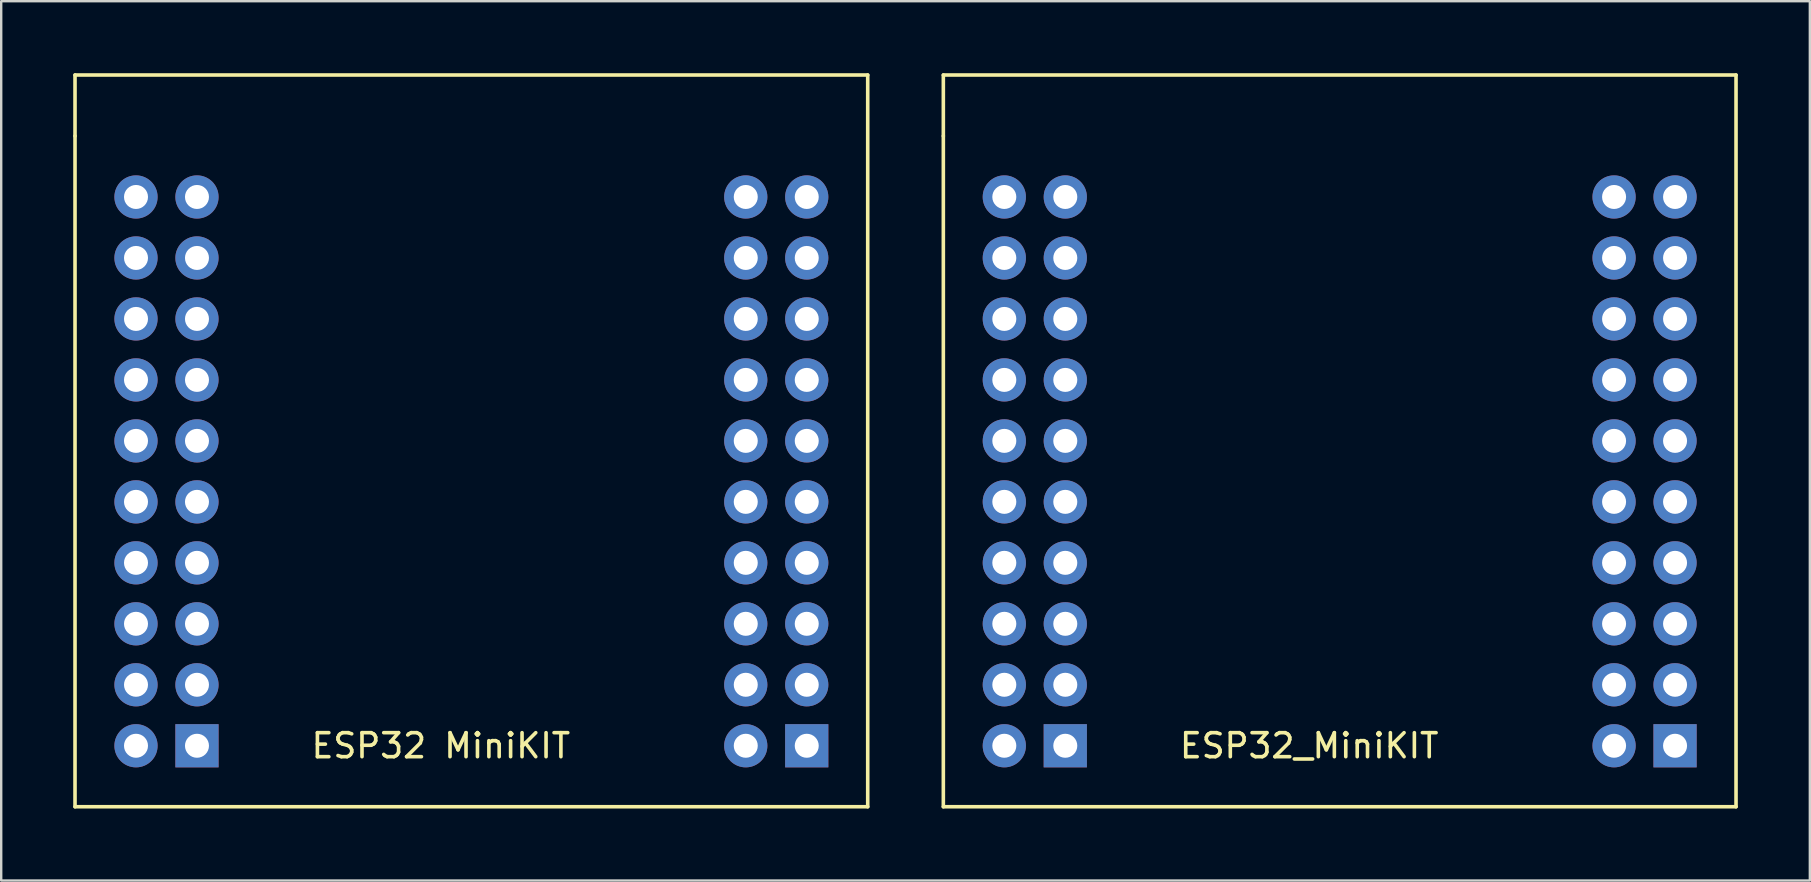
<source format=kicad_pcb>
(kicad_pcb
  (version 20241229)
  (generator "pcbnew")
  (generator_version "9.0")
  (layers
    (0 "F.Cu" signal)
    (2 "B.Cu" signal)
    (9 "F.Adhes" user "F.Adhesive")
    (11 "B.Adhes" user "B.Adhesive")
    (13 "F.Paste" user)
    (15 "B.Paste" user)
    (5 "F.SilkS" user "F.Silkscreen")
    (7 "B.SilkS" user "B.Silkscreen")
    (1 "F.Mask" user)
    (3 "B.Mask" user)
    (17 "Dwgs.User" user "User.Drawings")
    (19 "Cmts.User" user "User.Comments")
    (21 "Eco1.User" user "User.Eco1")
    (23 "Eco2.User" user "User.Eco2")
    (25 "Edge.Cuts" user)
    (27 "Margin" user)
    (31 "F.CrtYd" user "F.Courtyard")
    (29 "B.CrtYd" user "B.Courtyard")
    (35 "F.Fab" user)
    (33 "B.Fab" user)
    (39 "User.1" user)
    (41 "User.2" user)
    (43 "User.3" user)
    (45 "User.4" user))
  (footprint "ESP32 MiniKIT"
    (layer "F.Cu")
    (at 5.155 28.015)
    (property "Reference" "ESP32 MiniKIT" (at 10.16 0 0) (layer "F.SilkS") (effects (font (size 1 1) (thickness 0.15))))
    (attr through_hole)
    (fp_line (start -5.08 -27.94) (end -5.08 -25.4) (stroke (width 0.15) (type solid)) (layer "F.SilkS"))
    (fp_line (start -5.08 -25.4) (end -5.08 2.54) (stroke (width 0.15) (type solid)) (layer "F.SilkS"))
    (fp_line (start -5.08 2.54) (end 27.94 2.54) (stroke (width 0.15) (type solid)) (layer "F.SilkS"))
    (fp_line (start 27.94 -27.94) (end -5.08 -27.94) (stroke (width 0.15) (type solid)) (layer "F.SilkS"))
    (fp_line (start 27.94 2.54) (end 27.94 -27.94) (stroke (width 0.15) (type solid)) (layer "F.SilkS"))
    (pad "1" thru_hole rect (at 0 0) (size 1.8 1.8) (drill 1) (layers "*.Cu" "*.Mask"))
    (pad "2" thru_hole circle (at -2.54 0) (size 1.8 1.8) (drill 1) (layers "*.Cu" "*.Mask"))
    (pad "3" thru_hole circle (at 0 -2.54) (size 1.8 1.8) (drill 1) (layers "*.Cu" "*.Mask"))
    (pad "4" thru_hole circle (at -2.54 -2.54) (size 1.8 1.8) (drill 1) (layers "*.Cu" "*.Mask"))
    (pad "5" thru_hole circle (at 0 -5.08) (size 1.8 1.8) (drill 1) (layers "*.Cu" "*.Mask"))
    (pad "6" thru_hole circle (at -2.54 -5.08) (size 1.8 1.8) (drill 1) (layers "*.Cu" "*.Mask"))
    (pad "7" thru_hole circle (at 0 -7.62) (size 1.8 1.8) (drill 1) (layers "*.Cu" "*.Mask"))
    (pad "8" thru_hole circle (at -2.54 -7.62) (size 1.8 1.8) (drill 1) (layers "*.Cu" "*.Mask"))
    (pad "9" thru_hole circle (at 0 -10.16) (size 1.8 1.8) (drill 1) (layers "*.Cu" "*.Mask"))
    (pad "10" thru_hole circle (at -2.54 -10.16) (size 1.8 1.8) (drill 1) (layers "*.Cu" "*.Mask"))
    (pad "11" thru_hole circle (at 0 -12.7) (size 1.8 1.8) (drill 1) (layers "*.Cu" "*.Mask"))
    (pad "12" thru_hole circle (at -2.54 -12.7) (size 1.8 1.8) (drill 1) (layers "*.Cu" "*.Mask"))
    (pad "13" thru_hole circle (at 0 -15.24) (size 1.8 1.8) (drill 1) (layers "*.Cu" "*.Mask"))
    (pad "14" thru_hole circle (at -2.54 -15.24) (size 1.8 1.8) (drill 1) (layers "*.Cu" "*.Mask"))
    (pad "15" thru_hole circle (at 0 -17.78) (size 1.8 1.8) (drill 1) (layers "*.Cu" "*.Mask"))
    (pad "16" thru_hole circle (at -2.54 -17.78) (size 1.8 1.8) (drill 1) (layers "*.Cu" "*.Mask"))
    (pad "17" thru_hole circle (at 0 -20.32) (size 1.8 1.8) (drill 1) (layers "*.Cu" "*.Mask"))
    (pad "18" thru_hole circle (at -2.54 -20.32) (size 1.8 1.8) (drill 1) (layers "*.Cu" "*.Mask"))
    (pad "19" thru_hole circle (at 0 -22.86) (size 1.8 1.8) (drill 1) (layers "*.Cu" "*.Mask"))
    (pad "20" thru_hole circle (at -2.54 -22.86) (size 1.8 1.8) (drill 1) (layers "*.Cu" "*.Mask"))
    (pad "21" thru_hole rect (at 25.4 0) (size 1.8 1.8) (drill 1) (layers "*.Cu" "*.Mask"))
    (pad "22" thru_hole circle (at 22.86 0) (size 1.8 1.8) (drill 1) (layers "*.Cu" "*.Mask"))
    (pad "23" thru_hole circle (at 25.4 -2.54) (size 1.8 1.8) (drill 1) (layers "*.Cu" "*.Mask"))
    (pad "24" thru_hole circle (at 22.86 -2.54) (size 1.8 1.8) (drill 1) (layers "*.Cu" "*.Mask"))
    (pad "25" thru_hole circle (at 25.4 -5.08) (size 1.8 1.8) (drill 1) (layers "*.Cu" "*.Mask"))
    (pad "26" thru_hole circle (at 22.86 -5.08) (size 1.8 1.8) (drill 1) (layers "*.Cu" "*.Mask"))
    (pad "27" thru_hole circle (at 25.4 -7.62) (size 1.8 1.8) (drill 1) (layers "*.Cu" "*.Mask"))
    (pad "28" thru_hole circle (at 22.86 -7.62) (size 1.8 1.8) (drill 1) (layers "*.Cu" "*.Mask"))
    (pad "29" thru_hole circle (at 25.4 -10.16) (size 1.8 1.8) (drill 1) (layers "*.Cu" "*.Mask"))
    (pad "30" thru_hole circle (at 22.86 -10.16) (size 1.8 1.8) (drill 1) (layers "*.Cu" "*.Mask"))
    (pad "31" thru_hole circle (at 25.4 -12.7) (size 1.8 1.8) (drill 1) (layers "*.Cu" "*.Mask"))
    (pad "32" thru_hole circle (at 22.86 -12.7) (size 1.8 1.8) (drill 1) (layers "*.Cu" "*.Mask"))
    (pad "33" thru_hole circle (at 25.4 -15.24) (size 1.8 1.8) (drill 1) (layers "*.Cu" "*.Mask"))
    (pad "34" thru_hole circle (at 22.86 -15.24) (size 1.8 1.8) (drill 1) (layers "*.Cu" "*.Mask"))
    (pad "35" thru_hole circle (at 25.4 -17.78) (size 1.8 1.8) (drill 1) (layers "*.Cu" "*.Mask"))
    (pad "36" thru_hole circle (at 22.86 -17.78) (size 1.8 1.8) (drill 1) (layers "*.Cu" "*.Mask"))
    (pad "37" thru_hole circle (at 25.4 -20.32) (size 1.8 1.8) (drill 1) (layers "*.Cu" "*.Mask"))
    (pad "38" thru_hole circle (at 22.86 -20.32) (size 1.8 1.8) (drill 1) (layers "*.Cu" "*.Mask"))
    (pad "39" thru_hole circle (at 25.4 -22.86) (size 1.8 1.8) (drill 1) (layers "*.Cu" "*.Mask"))
    (pad "40" thru_hole circle (at 22.86 -22.86) (size 1.8 1.8) (drill 1) (layers "*.Cu" "*.Mask")))
  (footprint "ESP32_MiniKIT"
    (layer "F.Cu")
    (at 41.325 28.015)
    (property "Reference" "ESP32_MiniKIT" (at 10.16 0 0) (layer "F.SilkS") (effects (font (size 1 1) (thickness 0.15))))
    (attr through_hole)
    (fp_line (start -5.08 -27.94) (end -5.08 -25.4) (stroke (width 0.15) (type solid)) (layer "F.SilkS"))
    (fp_line (start -5.08 -25.4) (end -5.08 2.54) (stroke (width 0.15) (type solid)) (layer "F.SilkS"))
    (fp_line (start -5.08 2.54) (end 27.94 2.54) (stroke (width 0.15) (type solid)) (layer "F.SilkS"))
    (fp_line (start 27.94 -27.94) (end -5.08 -27.94) (stroke (width 0.15) (type solid)) (layer "F.SilkS"))
    (fp_line (start 27.94 2.54) (end 27.94 -27.94) (stroke (width 0.15) (type solid)) (layer "F.SilkS"))
    (pad "1" thru_hole rect (at 0 0) (size 1.8 1.8) (drill 1) (layers "*.Cu" "*.Mask"))
    (pad "2" thru_hole circle (at -2.54 0) (size 1.8 1.8) (drill 1) (layers "*.Cu" "*.Mask"))
    (pad "3" thru_hole circle (at 0 -2.54) (size 1.8 1.8) (drill 1) (layers "*.Cu" "*.Mask"))
    (pad "4" thru_hole circle (at -2.54 -2.54) (size 1.8 1.8) (drill 1) (layers "*.Cu" "*.Mask"))
    (pad "5" thru_hole circle (at 0 -5.08) (size 1.8 1.8) (drill 1) (layers "*.Cu" "*.Mask"))
    (pad "6" thru_hole circle (at -2.54 -5.08) (size 1.8 1.8) (drill 1) (layers "*.Cu" "*.Mask"))
    (pad "7" thru_hole circle (at 0 -7.62) (size 1.8 1.8) (drill 1) (layers "*.Cu" "*.Mask"))
    (pad "8" thru_hole circle (at -2.54 -7.62) (size 1.8 1.8) (drill 1) (layers "*.Cu" "*.Mask"))
    (pad "9" thru_hole circle (at 0 -10.16) (size 1.8 1.8) (drill 1) (layers "*.Cu" "*.Mask"))
    (pad "10" thru_hole circle (at -2.54 -10.16) (size 1.8 1.8) (drill 1) (layers "*.Cu" "*.Mask"))
    (pad "11" thru_hole circle (at 0 -12.7) (size 1.8 1.8) (drill 1) (layers "*.Cu" "*.Mask"))
    (pad "12" thru_hole circle (at -2.54 -12.7) (size 1.8 1.8) (drill 1) (layers "*.Cu" "*.Mask"))
    (pad "13" thru_hole circle (at 0 -15.24) (size 1.8 1.8) (drill 1) (layers "*.Cu" "*.Mask"))
    (pad "14" thru_hole circle (at -2.54 -15.24) (size 1.8 1.8) (drill 1) (layers "*.Cu" "*.Mask"))
    (pad "15" thru_hole circle (at 0 -17.78) (size 1.8 1.8) (drill 1) (layers "*.Cu" "*.Mask"))
    (pad "16" thru_hole circle (at -2.54 -17.78) (size 1.8 1.8) (drill 1) (layers "*.Cu" "*.Mask"))
    (pad "17" thru_hole circle (at 0 -20.32) (size 1.8 1.8) (drill 1) (layers "*.Cu" "*.Mask"))
    (pad "18" thru_hole circle (at -2.54 -20.32) (size 1.8 1.8) (drill 1) (layers "*.Cu" "*.Mask"))
    (pad "19" thru_hole circle (at 0 -22.86) (size 1.8 1.8) (drill 1) (layers "*.Cu" "*.Mask"))
    (pad "20" thru_hole circle (at -2.54 -22.86) (size 1.8 1.8) (drill 1) (layers "*.Cu" "*.Mask"))
    (pad "21" thru_hole rect (at 25.4 0) (size 1.8 1.8) (drill 1) (layers "*.Cu" "*.Mask"))
    (pad "22" thru_hole circle (at 22.86 0) (size 1.8 1.8) (drill 1) (layers "*.Cu" "*.Mask"))
    (pad "23" thru_hole circle (at 25.4 -2.54) (size 1.8 1.8) (drill 1) (layers "*.Cu" "*.Mask"))
    (pad "24" thru_hole circle (at 22.86 -2.54) (size 1.8 1.8) (drill 1) (layers "*.Cu" "*.Mask"))
    (pad "25" thru_hole circle (at 25.4 -5.08) (size 1.8 1.8) (drill 1) (layers "*.Cu" "*.Mask"))
    (pad "26" thru_hole circle (at 22.86 -5.08) (size 1.8 1.8) (drill 1) (layers "*.Cu" "*.Mask"))
    (pad "27" thru_hole circle (at 25.4 -7.62) (size 1.8 1.8) (drill 1) (layers "*.Cu" "*.Mask"))
    (pad "28" thru_hole circle (at 22.86 -7.62) (size 1.8 1.8) (drill 1) (layers "*.Cu" "*.Mask"))
    (pad "29" thru_hole circle (at 25.4 -10.16) (size 1.8 1.8) (drill 1) (layers "*.Cu" "*.Mask"))
    (pad "30" thru_hole circle (at 22.86 -10.16) (size 1.8 1.8) (drill 1) (layers "*.Cu" "*.Mask"))
    (pad "31" thru_hole circle (at 25.4 -12.7) (size 1.8 1.8) (drill 1) (layers "*.Cu" "*.Mask"))
    (pad "32" thru_hole circle (at 22.86 -12.7) (size 1.8 1.8) (drill 1) (layers "*.Cu" "*.Mask"))
    (pad "33" thru_hole circle (at 25.4 -15.24) (size 1.8 1.8) (drill 1) (layers "*.Cu" "*.Mask"))
    (pad "34" thru_hole circle (at 22.86 -15.24) (size 1.8 1.8) (drill 1) (layers "*.Cu" "*.Mask"))
    (pad "35" thru_hole circle (at 25.4 -17.78) (size 1.8 1.8) (drill 1) (layers "*.Cu" "*.Mask"))
    (pad "36" thru_hole circle (at 22.86 -17.78) (size 1.8 1.8) (drill 1) (layers "*.Cu" "*.Mask"))
    (pad "37" thru_hole circle (at 25.4 -20.32) (size 1.8 1.8) (drill 1) (layers "*.Cu" "*.Mask"))
    (pad "38" thru_hole circle (at 22.86 -20.32) (size 1.8 1.8) (drill 1) (layers "*.Cu" "*.Mask"))
    (pad "39" thru_hole circle (at 25.4 -22.86) (size 1.8 1.8) (drill 1) (layers "*.Cu" "*.Mask"))
    (pad "40" thru_hole circle (at 22.86 -22.86) (size 1.8 1.8) (drill 1) (layers "*.Cu" "*.Mask")))
  (gr_rect
    (start -3 -3)
    (end 72.34 33.63)
    (stroke (width 0.1) (type default))
    (fill no)
    (layer "Edge.Cuts")))
</source>
